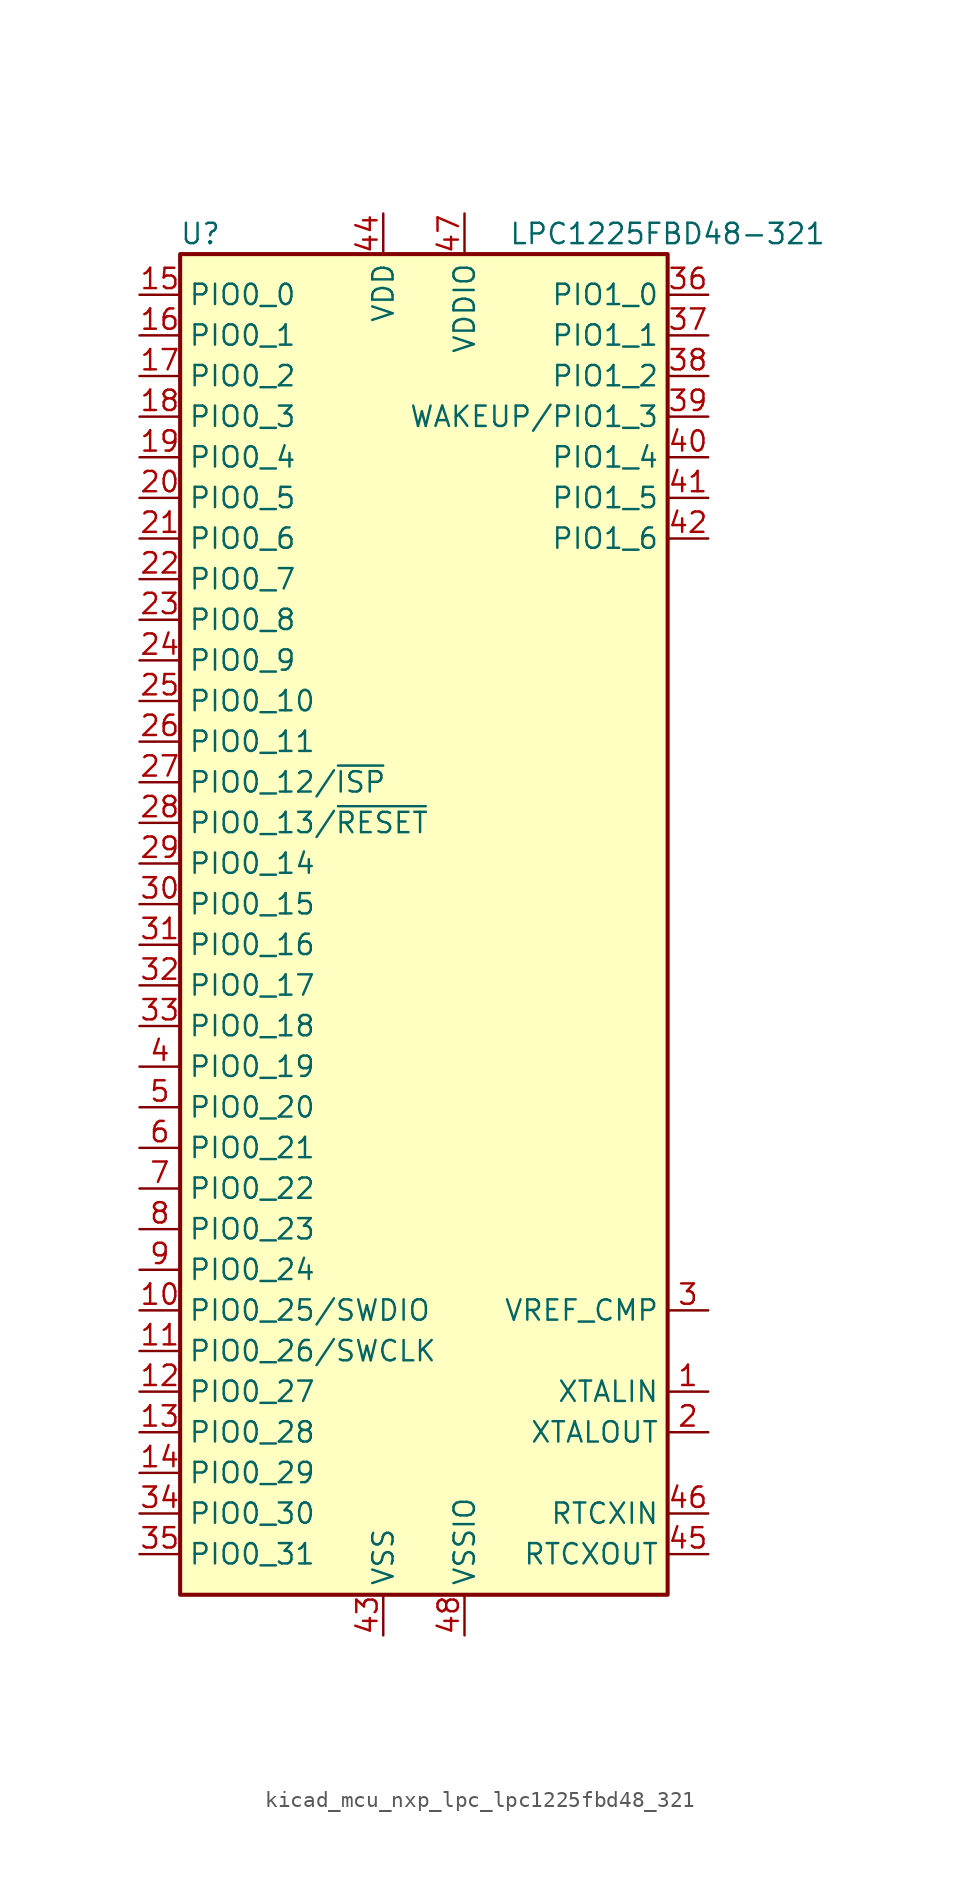
<source format=kicad_sym>
(kicad_symbol_lib
  (version 20220914)
  (generator kicad_symbol_editor)
  (symbol "kicad_mcu_nxp_lpc_lpc1225fbd48_321"
    (property "Reference" "U"
      (at -13.97 44.45 0)
      (effects (font (size 1.27 1.27))))
    (property "Value" "LPC1225FBD48-321"
      (at 15.24 44.45 0)
      (effects (font (size 1.27 1.27))))
    (symbol "kicad_mcu_nxp_lpc_lpc1225fbd48_321_0_1"
      (rectangle (start -15.24 43.18) (end 15.24 -40.64) (stroke (width 0.254) (type default)) (fill (type background))))
    (symbol "kicad_mcu_nxp_lpc_lpc1225fbd48_321_1_1"
      (pin input line (at 17.78 -27.94 180) (length 2.54) (name "XTALIN" (effects (font (size 1.27 1.27)))) (number "1" (effects (font (size 1.27 1.27)))))
      (pin bidirectional line (at -17.78 -22.86 0) (length 2.54) (name "PIO0_25/SWDIO" (effects (font (size 1.27 1.27)))) (number "10" (effects (font (size 1.27 1.27)))))
      (pin bidirectional line (at -17.78 -25.4 0) (length 2.54) (name "PIO0_26/SWCLK" (effects (font (size 1.27 1.27)))) (number "11" (effects (font (size 1.27 1.27)))))
      (pin bidirectional line (at -17.78 -27.94 0) (length 2.54) (name "PIO0_27" (effects (font (size 1.27 1.27)))) (number "12" (effects (font (size 1.27 1.27)))))
      (pin bidirectional line (at -17.78 -30.48 0) (length 2.54) (name "PIO0_28" (effects (font (size 1.27 1.27)))) (number "13" (effects (font (size 1.27 1.27)))))
      (pin bidirectional line (at -17.78 -33.02 0) (length 2.54) (name "PIO0_29" (effects (font (size 1.27 1.27)))) (number "14" (effects (font (size 1.27 1.27)))))
      (pin bidirectional line (at -17.78 40.64 0) (length 2.54) (name "PIO0_0" (effects (font (size 1.27 1.27)))) (number "15" (effects (font (size 1.27 1.27)))))
      (pin bidirectional line (at -17.78 38.1 0) (length 2.54) (name "PIO0_1" (effects (font (size 1.27 1.27)))) (number "16" (effects (font (size 1.27 1.27)))))
      (pin bidirectional line (at -17.78 35.56 0) (length 2.54) (name "PIO0_2" (effects (font (size 1.27 1.27)))) (number "17" (effects (font (size 1.27 1.27)))))
      (pin bidirectional line (at -17.78 33.02 0) (length 2.54) (name "PIO0_3" (effects (font (size 1.27 1.27)))) (number "18" (effects (font (size 1.27 1.27)))))
      (pin bidirectional line (at -17.78 30.48 0) (length 2.54) (name "PIO0_4" (effects (font (size 1.27 1.27)))) (number "19" (effects (font (size 1.27 1.27)))))
      (pin output line (at 17.78 -30.48 180) (length 2.54) (name "XTALOUT" (effects (font (size 1.27 1.27)))) (number "2" (effects (font (size 1.27 1.27)))))
      (pin bidirectional line (at -17.78 27.94 0) (length 2.54) (name "PIO0_5" (effects (font (size 1.27 1.27)))) (number "20" (effects (font (size 1.27 1.27)))))
      (pin bidirectional line (at -17.78 25.4 0) (length 2.54) (name "PIO0_6" (effects (font (size 1.27 1.27)))) (number "21" (effects (font (size 1.27 1.27)))))
      (pin bidirectional line (at -17.78 22.86 0) (length 2.54) (name "PIO0_7" (effects (font (size 1.27 1.27)))) (number "22" (effects (font (size 1.27 1.27)))))
      (pin bidirectional line (at -17.78 20.32 0) (length 2.54) (name "PIO0_8" (effects (font (size 1.27 1.27)))) (number "23" (effects (font (size 1.27 1.27)))))
      (pin bidirectional line (at -17.78 17.78 0) (length 2.54) (name "PIO0_9" (effects (font (size 1.27 1.27)))) (number "24" (effects (font (size 1.27 1.27)))))
      (pin bidirectional line (at -17.78 15.24 0) (length 2.54) (name "PIO0_10" (effects (font (size 1.27 1.27)))) (number "25" (effects (font (size 1.27 1.27)))))
      (pin bidirectional line (at -17.78 12.7 0) (length 2.54) (name "PIO0_11" (effects (font (size 1.27 1.27)))) (number "26" (effects (font (size 1.27 1.27)))))
      (pin bidirectional line (at -17.78 10.16 0) (length 2.54) (name "PIO0_12/~{ISP}" (effects (font (size 1.27 1.27)))) (number "27" (effects (font (size 1.27 1.27)))))
      (pin bidirectional line (at -17.78 7.62 0) (length 2.54) (name "PIO0_13/~{RESET}" (effects (font (size 1.27 1.27)))) (number "28" (effects (font (size 1.27 1.27)))))
      (pin bidirectional line (at -17.78 5.08 0) (length 2.54) (name "PIO0_14" (effects (font (size 1.27 1.27)))) (number "29" (effects (font (size 1.27 1.27)))))
      (pin input line (at 17.78 -22.86 180) (length 2.54) (name "VREF_CMP" (effects (font (size 1.27 1.27)))) (number "3" (effects (font (size 1.27 1.27)))))
      (pin bidirectional line (at -17.78 2.54 0) (length 2.54) (name "PIO0_15" (effects (font (size 1.27 1.27)))) (number "30" (effects (font (size 1.27 1.27)))))
      (pin bidirectional line (at -17.78 0 0) (length 2.54) (name "PIO0_16" (effects (font (size 1.27 1.27)))) (number "31" (effects (font (size 1.27 1.27)))))
      (pin bidirectional line (at -17.78 -2.54 0) (length 2.54) (name "PIO0_17" (effects (font (size 1.27 1.27)))) (number "32" (effects (font (size 1.27 1.27)))))
      (pin bidirectional line (at -17.78 -5.08 0) (length 2.54) (name "PIO0_18" (effects (font (size 1.27 1.27)))) (number "33" (effects (font (size 1.27 1.27)))))
      (pin bidirectional line (at -17.78 -35.56 0) (length 2.54) (name "PIO0_30" (effects (font (size 1.27 1.27)))) (number "34" (effects (font (size 1.27 1.27)))))
      (pin bidirectional line (at -17.78 -38.1 0) (length 2.54) (name "PIO0_31" (effects (font (size 1.27 1.27)))) (number "35" (effects (font (size 1.27 1.27)))))
      (pin bidirectional line (at 17.78 40.64 180) (length 2.54) (name "PIO1_0" (effects (font (size 1.27 1.27)))) (number "36" (effects (font (size 1.27 1.27)))))
      (pin bidirectional line (at 17.78 38.1 180) (length 2.54) (name "PIO1_1" (effects (font (size 1.27 1.27)))) (number "37" (effects (font (size 1.27 1.27)))))
      (pin bidirectional line (at 17.78 35.56 180) (length 2.54) (name "PIO1_2" (effects (font (size 1.27 1.27)))) (number "38" (effects (font (size 1.27 1.27)))))
      (pin bidirectional line (at 17.78 33.02 180) (length 2.54) (name "WAKEUP/PIO1_3" (effects (font (size 1.27 1.27)))) (number "39" (effects (font (size 1.27 1.27)))))
      (pin bidirectional line (at -17.78 -7.62 0) (length 2.54) (name "PIO0_19" (effects (font (size 1.27 1.27)))) (number "4" (effects (font (size 1.27 1.27)))))
      (pin bidirectional line (at 17.78 30.48 180) (length 2.54) (name "PIO1_4" (effects (font (size 1.27 1.27)))) (number "40" (effects (font (size 1.27 1.27)))))
      (pin bidirectional line (at 17.78 27.94 180) (length 2.54) (name "PIO1_5" (effects (font (size 1.27 1.27)))) (number "41" (effects (font (size 1.27 1.27)))))
      (pin bidirectional line (at 17.78 25.4 180) (length 2.54) (name "PIO1_6" (effects (font (size 1.27 1.27)))) (number "42" (effects (font (size 1.27 1.27)))))
      (pin power_in line (at -2.54 -43.18 90) (length 2.54) (name "VSS" (effects (font (size 1.27 1.27)))) (number "43" (effects (font (size 1.27 1.27)))))
      (pin power_in line (at -2.54 45.72 270) (length 2.54) (name "VDD" (effects (font (size 1.27 1.27)))) (number "44" (effects (font (size 1.27 1.27)))))
      (pin output line (at 17.78 -38.1 180) (length 2.54) (name "RTCXOUT" (effects (font (size 1.27 1.27)))) (number "45" (effects (font (size 1.27 1.27)))))
      (pin input line (at 17.78 -35.56 180) (length 2.54) (name "RTCXIN" (effects (font (size 1.27 1.27)))) (number "46" (effects (font (size 1.27 1.27)))))
      (pin power_in line (at 2.54 45.72 270) (length 2.54) (name "VDDIO" (effects (font (size 1.27 1.27)))) (number "47" (effects (font (size 1.27 1.27)))))
      (pin power_in line (at 2.54 -43.18 90) (length 2.54) (name "VSSIO" (effects (font (size 1.27 1.27)))) (number "48" (effects (font (size 1.27 1.27)))))
      (pin bidirectional line (at -17.78 -10.16 0) (length 2.54) (name "PIO0_20" (effects (font (size 1.27 1.27)))) (number "5" (effects (font (size 1.27 1.27)))))
      (pin bidirectional line (at -17.78 -12.7 0) (length 2.54) (name "PIO0_21" (effects (font (size 1.27 1.27)))) (number "6" (effects (font (size 1.27 1.27)))))
      (pin bidirectional line (at -17.78 -15.24 0) (length 2.54) (name "PIO0_22" (effects (font (size 1.27 1.27)))) (number "7" (effects (font (size 1.27 1.27)))))
      (pin bidirectional line (at -17.78 -17.78 0) (length 2.54) (name "PIO0_23" (effects (font (size 1.27 1.27)))) (number "8" (effects (font (size 1.27 1.27)))))
      (pin bidirectional line (at -17.78 -20.32 0) (length 2.54) (name "PIO0_24" (effects (font (size 1.27 1.27)))) (number "9" (effects (font (size 1.27 1.27))))))))
</source>
